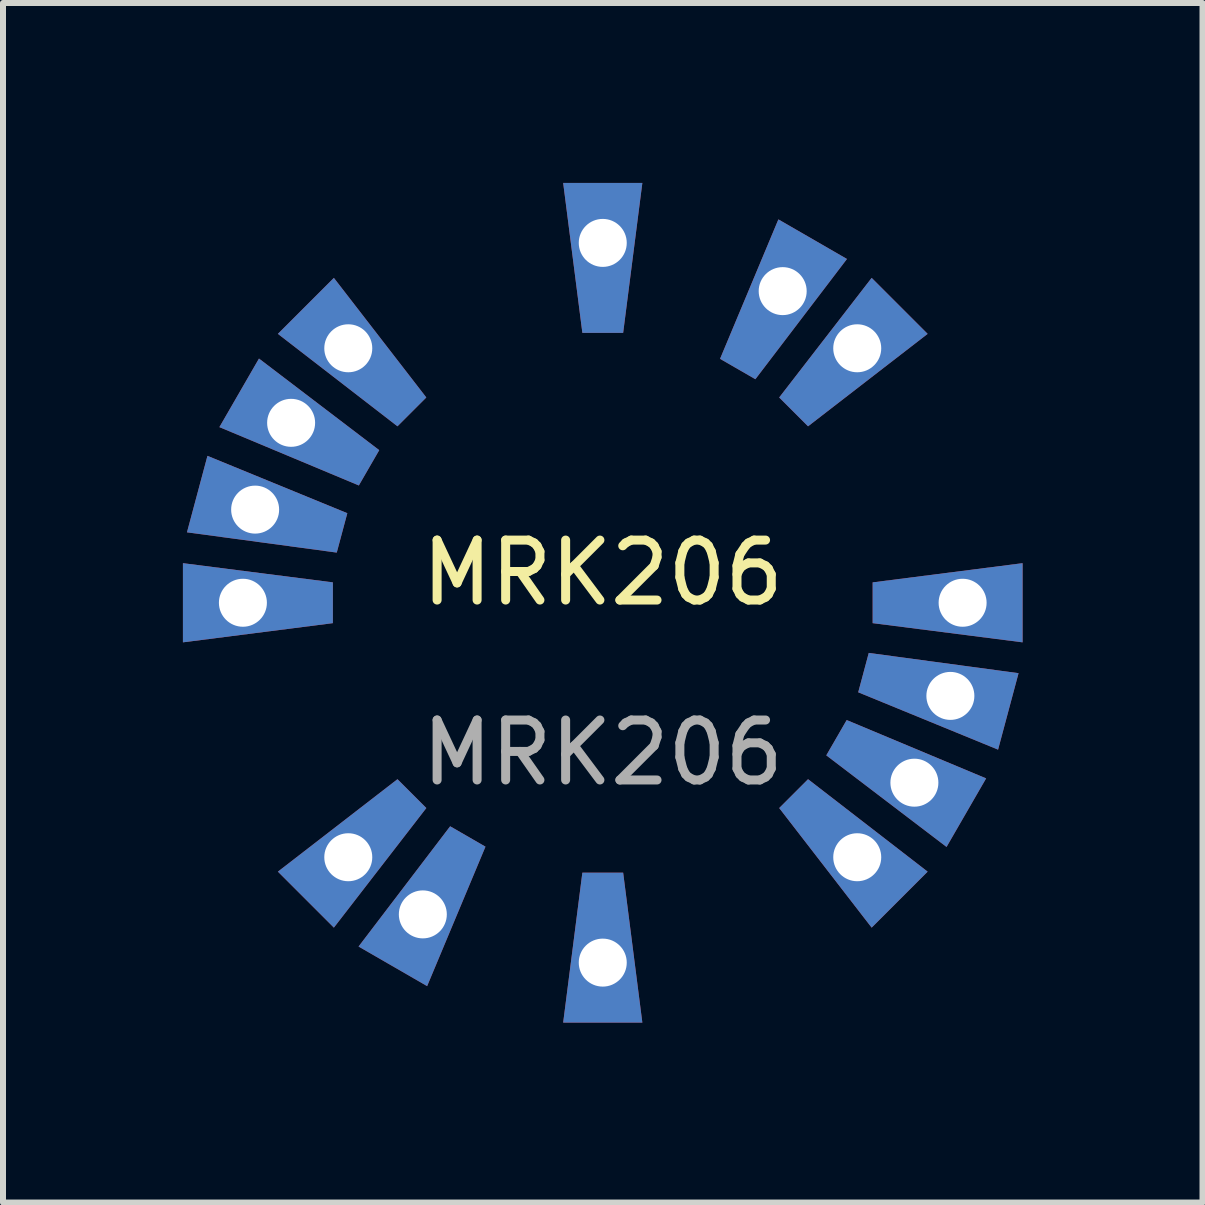
<source format=kicad_pcb>
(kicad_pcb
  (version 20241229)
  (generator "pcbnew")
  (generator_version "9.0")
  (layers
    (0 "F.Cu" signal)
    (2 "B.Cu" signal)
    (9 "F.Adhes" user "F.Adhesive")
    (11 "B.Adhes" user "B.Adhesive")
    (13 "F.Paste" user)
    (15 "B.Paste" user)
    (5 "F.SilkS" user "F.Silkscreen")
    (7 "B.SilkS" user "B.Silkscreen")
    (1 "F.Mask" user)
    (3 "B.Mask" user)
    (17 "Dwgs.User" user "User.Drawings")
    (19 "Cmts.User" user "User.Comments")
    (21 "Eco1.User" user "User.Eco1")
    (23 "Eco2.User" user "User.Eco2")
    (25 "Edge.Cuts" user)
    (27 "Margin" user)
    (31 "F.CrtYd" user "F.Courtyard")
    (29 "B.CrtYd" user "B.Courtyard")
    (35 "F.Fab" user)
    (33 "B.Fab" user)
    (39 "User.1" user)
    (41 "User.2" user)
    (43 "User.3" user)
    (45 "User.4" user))
  (footprint "MRK206"
    (layer "F.Cu")
    (at 7 7)
    (property "Reference" "MRK206" (at 0 -0.5 0) (unlocked yes) (layer "F.SilkS") (effects (font (size 1 1) (thickness 0.15))))
    (attr through_hole)
    (fp_text user "${REFERENCE}" (at 0 2.5 0) (unlocked yes) (layer "F.Fab") (effects (font (size 1 1) (thickness 0.15))))
    (pad "1" thru_hole trapezoid (at 5.796 1.553 75) (size 1 2.5) (rect_delta 0 0.32) (drill 0.8 (offset 0 -0.25)) (layers "*.Cu" "*.Mask"))
    (pad "2" thru_hole trapezoid (at 5.196 3 60) (size 1 2.5) (rect_delta 0 0.32) (drill 0.8 (offset 0 -0.25)) (layers "*.Cu" "*.Mask"))
    (pad "3" thru_hole trapezoid (at 4.243 4.243 45) (size 1 2.5) (rect_delta 0 0.32) (drill 0.8 (offset 0 -0.25)) (layers "*.Cu" "*.Mask"))
    (pad "4" thru_hole trapezoid (at 0 6) (size 1 2.5) (rect_delta 0 0.32) (drill 0.8 (offset 0 -0.25)) (layers "*.Cu" "*.Mask"))
    (pad "5" thru_hole trapezoid (at -3 5.196 330) (size 1 2.5) (rect_delta 0 0.32) (drill 0.8 (offset 0 -0.25)) (layers "*.Cu" "*.Mask"))
    (pad "6" thru_hole trapezoid (at -4.243 4.243 315) (size 1 2.5) (rect_delta 0 0.32) (drill 0.8 (offset 0 -0.25)) (layers "*.Cu" "*.Mask"))
    (pad "7" thru_hole trapezoid (at -5.796 -1.553 255) (size 1 2.5) (rect_delta 0 0.32) (drill 0.8 (offset 0 -0.25)) (layers "*.Cu" "*.Mask"))
    (pad "8" thru_hole trapezoid (at -5.196 -3 240) (size 1 2.5) (rect_delta 0 0.32) (drill 0.8 (offset 0 -0.25)) (layers "*.Cu" "*.Mask"))
    (pad "9" thru_hole trapezoid (at -4.243 -4.243 225) (size 1 2.5) (rect_delta 0 0.32) (drill 0.8 (offset 0 -0.25)) (layers "*.Cu" "*.Mask"))
    (pad "10" thru_hole trapezoid (at 0 -6 180) (size 1 2.5) (rect_delta 0 0.32) (drill 0.8 (offset 0 -0.25)) (layers "*.Cu" "*.Mask"))
    (pad "11" thru_hole trapezoid (at 3 -5.196 150) (size 1 2.5) (rect_delta 0 0.32) (drill 0.8 (offset 0 -0.25)) (layers "*.Cu" "*.Mask"))
    (pad "12" thru_hole trapezoid (at 4.243 -4.243 135) (size 1 2.5) (rect_delta 0 0.32) (drill 0.8 (offset 0 -0.25)) (layers "*.Cu" "*.Mask"))
    (pad "13" thru_hole trapezoid (at 6 0 90) (size 1 2.5) (rect_delta 0 0.32) (drill 0.8 (offset 0 -0.25)) (layers "*.Cu" "*.Mask"))
    (pad "14" thru_hole trapezoid (at -6 0 270) (size 1 2.5) (rect_delta 0 0.32) (drill 0.8 (offset 0 -0.25)) (layers "*.Cu" "*.Mask")))
  (gr_rect
    (start -3 -3)
    (end 17 17)
    (stroke (width 0.1) (type default))
    (fill no)
    (layer "Edge.Cuts")))
</source>
